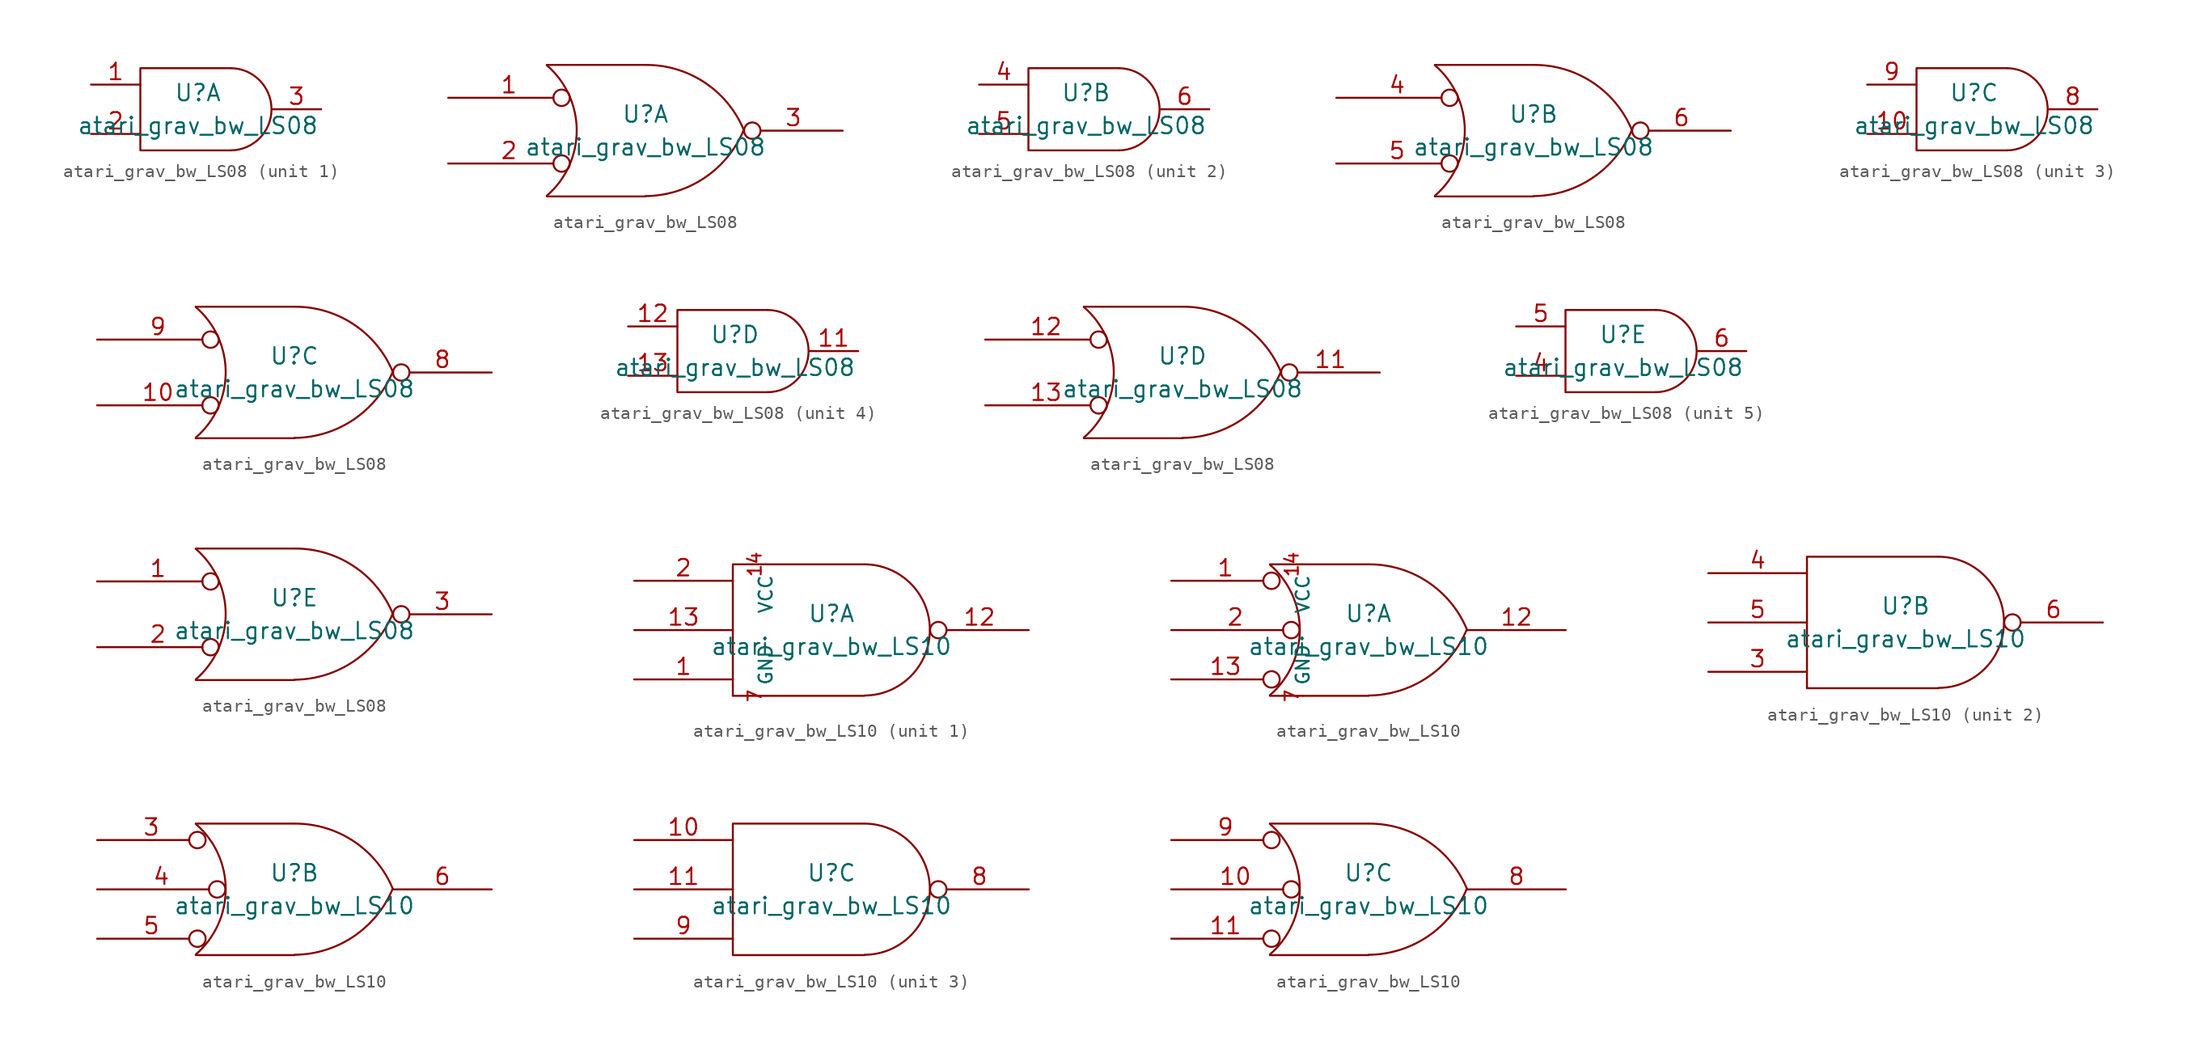
<source format=kicad_sym>
(kicad_symbol_lib
  (version 20211014)
  (generator kicad_symbol_editor)
  (symbol "atari_grav_bw_LS08"
    (pin_names
      (offset 0.762))
    (property "Reference" "U"
      (at 0 1.27 0)
      (effects (font (size 1.27 1.27))))
    (property "Value" "atari_grav_bw_LS08"
      (at 0 -1.27 0)
      (effects (font (size 1.27 1.27))))
    (symbol "atari_grav_bw_LS08_0_1"
      (polyline (pts (xy 2.54 3.175) (xy -4.445 3.175) (xy -4.445 -3.175) (xy 2.54 -3.175)) (stroke (width 0) (type default) (color 0 0 0 0)) (fill (type none)))
      (arc (start 2.54 -3.175) (mid 5.6897 -0.0127) (end 2.5654 3.175) (stroke (width 0) (type default) (color 0 0 0 0)) (fill (type none))))
    (symbol "atari_grav_bw_LS08_0_2"
      (arc (start -7.62 -5.0292) (mid -5.3094 0.0082) (end -7.62 5.0546) (stroke (width 0) (type default) (color 0 0 0 0)) (fill (type none)))
      (arc (start 0 -5.0546) (mid 4.5632 -3.6449) (end 7.5946 0.0508) (stroke (width 0) (type default) (color 0 0 0 0)) (fill (type none)))
      (polyline (pts (xy -7.62 -5.08) (xy 0 -5.08)) (stroke (width 0) (type default) (color 0 0 0 0)) (fill (type none)))
      (polyline (pts (xy -7.62 5.08) (xy 0 5.08)) (stroke (width 0) (type default) (color 0 0 0 0)) (fill (type none)))
      (arc (start 7.62 0) (mid 4.6132 3.6946) (end 0.0508 5.08) (stroke (width 0) (type default) (color 0 0 0 0)) (fill (type none))))
    (symbol "atari_grav_bw_LS08_1_1"
      (pin input line (at -8.255 1.905 0) (length 3.81) (name "~" (effects (font (size 1.27 1.27)))) (number "1" (effects (font (size 1.27 1.27)))))
      (pin input line (at -8.255 -1.905 0) (length 3.81) (name "~" (effects (font (size 1.27 1.27)))) (number "2" (effects (font (size 1.27 1.27)))))
      (pin output line (at 9.525 0 180) (length 3.81) (name "~" (effects (font (size 1.27 1.27)))) (number "3" (effects (font (size 1.27 1.27))))))
    (symbol "atari_grav_bw_LS08_1_2"
      (pin input inverted (at -15.24 2.54 0) (length 9.398) (name "~" (effects (font (size 1.27 1.27)))) (number "1" (effects (font (size 1.27 1.27)))))
      (pin input inverted (at -15.24 -2.54 0) (length 9.398) (name "~" (effects (font (size 1.27 1.27)))) (number "2" (effects (font (size 1.27 1.27)))))
      (pin output inverted (at 15.24 0 180) (length 7.62) (name "~" (effects (font (size 1.27 1.27)))) (number "3" (effects (font (size 1.27 1.27))))))
    (symbol "atari_grav_bw_LS08_2_1"
      (pin input line (at -8.255 1.905 0) (length 3.81) (name "~" (effects (font (size 1.27 1.27)))) (number "4" (effects (font (size 1.27 1.27)))))
      (pin input line (at -8.255 -1.905 0) (length 3.81) (name "~" (effects (font (size 1.27 1.27)))) (number "5" (effects (font (size 1.27 1.27)))))
      (pin output line (at 9.525 0 180) (length 3.81) (name "~" (effects (font (size 1.27 1.27)))) (number "6" (effects (font (size 1.27 1.27))))))
    (symbol "atari_grav_bw_LS08_2_2"
      (pin input inverted (at -15.24 2.54 0) (length 9.398) (name "~" (effects (font (size 1.27 1.27)))) (number "4" (effects (font (size 1.27 1.27)))))
      (pin input inverted (at -15.24 -2.54 0) (length 9.398) (name "~" (effects (font (size 1.27 1.27)))) (number "5" (effects (font (size 1.27 1.27)))))
      (pin output inverted (at 15.24 0 180) (length 7.62) (name "~" (effects (font (size 1.27 1.27)))) (number "6" (effects (font (size 1.27 1.27))))))
    (symbol "atari_grav_bw_LS08_3_1"
      (pin input line (at -8.255 -1.905 0) (length 3.81) (name "~" (effects (font (size 1.27 1.27)))) (number "10" (effects (font (size 1.27 1.27)))))
      (pin output line (at 9.525 0 180) (length 3.81) (name "~" (effects (font (size 1.27 1.27)))) (number "8" (effects (font (size 1.27 1.27)))))
      (pin input line (at -8.255 1.905 0) (length 3.81) (name "~" (effects (font (size 1.27 1.27)))) (number "9" (effects (font (size 1.27 1.27))))))
    (symbol "atari_grav_bw_LS08_3_2"
      (pin input inverted (at -15.24 -2.54 0) (length 9.398) (name "~" (effects (font (size 1.27 1.27)))) (number "10" (effects (font (size 1.27 1.27)))))
      (pin output inverted (at 15.24 0 180) (length 7.62) (name "~" (effects (font (size 1.27 1.27)))) (number "8" (effects (font (size 1.27 1.27)))))
      (pin input inverted (at -15.24 2.54 0) (length 9.398) (name "~" (effects (font (size 1.27 1.27)))) (number "9" (effects (font (size 1.27 1.27))))))
    (symbol "atari_grav_bw_LS08_4_1"
      (pin output line (at 9.525 0 180) (length 3.81) (name "~" (effects (font (size 1.27 1.27)))) (number "11" (effects (font (size 1.27 1.27)))))
      (pin input line (at -8.255 1.905 0) (length 3.81) (name "~" (effects (font (size 1.27 1.27)))) (number "12" (effects (font (size 1.27 1.27)))))
      (pin input line (at -8.255 -1.905 0) (length 3.81) (name "~" (effects (font (size 1.27 1.27)))) (number "13" (effects (font (size 1.27 1.27))))))
    (symbol "atari_grav_bw_LS08_4_2"
      (pin output inverted (at 15.24 0 180) (length 7.62) (name "~" (effects (font (size 1.27 1.27)))) (number "11" (effects (font (size 1.27 1.27)))))
      (pin input inverted (at -15.24 2.54 0) (length 9.398) (name "~" (effects (font (size 1.27 1.27)))) (number "12" (effects (font (size 1.27 1.27)))))
      (pin input inverted (at -15.24 -2.54 0) (length 9.398) (name "~" (effects (font (size 1.27 1.27)))) (number "13" (effects (font (size 1.27 1.27))))))
    (symbol "atari_grav_bw_LS08_5_1"
      (pin input line (at -8.255 -1.905 0) (length 3.81) (name "~" (effects (font (size 1.27 1.27)))) (number "4" (effects (font (size 1.27 1.27)))))
      (pin input line (at -8.255 1.905 0) (length 3.81) (name "~" (effects (font (size 1.27 1.27)))) (number "5" (effects (font (size 1.27 1.27)))))
      (pin output line (at 9.525 0 180) (length 3.81) (name "~" (effects (font (size 1.27 1.27)))) (number "6" (effects (font (size 1.27 1.27))))))
    (symbol "atari_grav_bw_LS08_5_2"
      (pin input inverted (at -15.24 2.54 0) (length 9.398) (name "~" (effects (font (size 1.27 1.27)))) (number "1" (effects (font (size 1.27 1.27)))))
      (pin input inverted (at -15.24 -2.54 0) (length 9.398) (name "~" (effects (font (size 1.27 1.27)))) (number "2" (effects (font (size 1.27 1.27)))))
      (pin output inverted (at 15.24 0 180) (length 7.62) (name "~" (effects (font (size 1.27 1.27)))) (number "3" (effects (font (size 1.27 1.27)))))))
  (symbol "atari_grav_bw_LS10"
    (pin_names
      (offset 0.762))
    (property "Reference" "U"
      (at 0 1.27 0)
      (effects (font (size 1.27 1.27))))
    (property "Value" "atari_grav_bw_LS10"
      (at 0 -1.27 0)
      (effects (font (size 1.27 1.27))))
    (symbol "atari_grav_bw_LS10_0_1"
      (polyline (pts (xy 2.54 5.08) (xy -7.62 5.08) (xy -7.62 -5.08) (xy 2.54 -5.08)) (stroke (width 0) (type default) (color 0 0 0 0)) (fill (type none)))
      (arc (start 2.5654 -5.0546) (mid 7.5947 0.0001) (end 2.5654 5.08) (stroke (width 0) (type default) (color 0 0 0 0)) (fill (type none))))
    (symbol "atari_grav_bw_LS10_0_2"
      (arc (start -7.62 -5.0292) (mid -5.3094 0.0082) (end -7.62 5.0546) (stroke (width 0) (type default) (color 0 0 0 0)) (fill (type none)))
      (arc (start 0 -5.0546) (mid 4.5632 -3.6449) (end 7.5946 0.0508) (stroke (width 0) (type default) (color 0 0 0 0)) (fill (type none)))
      (polyline (pts (xy -7.62 -5.08) (xy 0 -5.08)) (stroke (width 0) (type default) (color 0 0 0 0)) (fill (type none)))
      (polyline (pts (xy -7.62 5.08) (xy 0 5.08)) (stroke (width 0) (type default) (color 0 0 0 0)) (fill (type none)))
      (arc (start 7.62 0) (mid 4.6132 3.6946) (end 0.0508 5.08) (stroke (width 0) (type default) (color 0 0 0 0)) (fill (type none))))
    (symbol "atari_grav_bw_LS10_1_0"
      (pin power_in line (at -5.08 5.08 270) (length 0) (name "VCC" (effects (font (size 1.016 1.016)))) (number "14" (effects (font (size 1.016 1.016)))))
      (pin power_in line (at -5.08 -5.08 90) (length 0) (name "GND" (effects (font (size 1.016 1.016)))) (number "7" (effects (font (size 1.016 1.016))))))
    (symbol "atari_grav_bw_LS10_1_1"
      (pin input line (at -15.24 -3.81 0) (length 7.62) (name "~" (effects (font (size 1.27 1.27)))) (number "1" (effects (font (size 1.27 1.27)))))
      (pin output inverted (at 15.24 0 180) (length 7.62) (name "~" (effects (font (size 1.27 1.27)))) (number "12" (effects (font (size 1.27 1.27)))))
      (pin input line (at -15.24 0 0) (length 7.62) (name "~" (effects (font (size 1.27 1.27)))) (number "13" (effects (font (size 1.27 1.27)))))
      (pin input line (at -15.24 3.81 0) (length 7.62) (name "~" (effects (font (size 1.27 1.27)))) (number "2" (effects (font (size 1.27 1.27))))))
    (symbol "atari_grav_bw_LS10_1_2"
      (pin input inverted (at -15.24 3.81 0) (length 8.382) (name "~" (effects (font (size 1.27 1.27)))) (number "1" (effects (font (size 1.27 1.27)))))
      (pin output line (at 15.24 0 180) (length 7.62) (name "~" (effects (font (size 1.27 1.27)))) (number "12" (effects (font (size 1.27 1.27)))))
      (pin input inverted (at -15.24 -3.81 0) (length 8.382) (name "~" (effects (font (size 1.27 1.27)))) (number "13" (effects (font (size 1.27 1.27)))))
      (pin input inverted (at -15.24 0 0) (length 9.906) (name "~" (effects (font (size 1.27 1.27)))) (number "2" (effects (font (size 1.27 1.27))))))
    (symbol "atari_grav_bw_LS10_2_1"
      (pin input line (at -15.24 -3.81 0) (length 7.62) (name "~" (effects (font (size 1.27 1.27)))) (number "3" (effects (font (size 1.27 1.27)))))
      (pin input line (at -15.24 3.81 0) (length 7.62) (name "~" (effects (font (size 1.27 1.27)))) (number "4" (effects (font (size 1.27 1.27)))))
      (pin input line (at -15.24 0 0) (length 7.62) (name "~" (effects (font (size 1.27 1.27)))) (number "5" (effects (font (size 1.27 1.27)))))
      (pin output inverted (at 15.24 0 180) (length 7.62) (name "~" (effects (font (size 1.27 1.27)))) (number "6" (effects (font (size 1.27 1.27))))))
    (symbol "atari_grav_bw_LS10_2_2"
      (pin input inverted (at -15.24 3.81 0) (length 8.382) (name "~" (effects (font (size 1.27 1.27)))) (number "3" (effects (font (size 1.27 1.27)))))
      (pin input inverted (at -15.24 0 0) (length 9.906) (name "~" (effects (font (size 1.27 1.27)))) (number "4" (effects (font (size 1.27 1.27)))))
      (pin input inverted (at -15.24 -3.81 0) (length 8.382) (name "~" (effects (font (size 1.27 1.27)))) (number "5" (effects (font (size 1.27 1.27)))))
      (pin output line (at 15.24 0 180) (length 7.62) (name "~" (effects (font (size 1.27 1.27)))) (number "6" (effects (font (size 1.27 1.27))))))
    (symbol "atari_grav_bw_LS10_3_1"
      (pin input line (at -15.24 3.81 0) (length 7.62) (name "~" (effects (font (size 1.27 1.27)))) (number "10" (effects (font (size 1.27 1.27)))))
      (pin input line (at -15.24 0 0) (length 7.62) (name "~" (effects (font (size 1.27 1.27)))) (number "11" (effects (font (size 1.27 1.27)))))
      (pin output inverted (at 15.24 0 180) (length 7.62) (name "~" (effects (font (size 1.27 1.27)))) (number "8" (effects (font (size 1.27 1.27)))))
      (pin input line (at -15.24 -3.81 0) (length 7.62) (name "~" (effects (font (size 1.27 1.27)))) (number "9" (effects (font (size 1.27 1.27))))))
    (symbol "atari_grav_bw_LS10_3_2"
      (pin input inverted (at -15.24 0 0) (length 9.906) (name "~" (effects (font (size 1.27 1.27)))) (number "10" (effects (font (size 1.27 1.27)))))
      (pin input inverted (at -15.24 -3.81 0) (length 8.382) (name "~" (effects (font (size 1.27 1.27)))) (number "11" (effects (font (size 1.27 1.27)))))
      (pin output line (at 15.24 0 180) (length 7.62) (name "~" (effects (font (size 1.27 1.27)))) (number "8" (effects (font (size 1.27 1.27)))))
      (pin input inverted (at -15.24 3.81 0) (length 8.382) (name "~" (effects (font (size 1.27 1.27)))) (number "9" (effects (font (size 1.27 1.27))))))))
</source>
